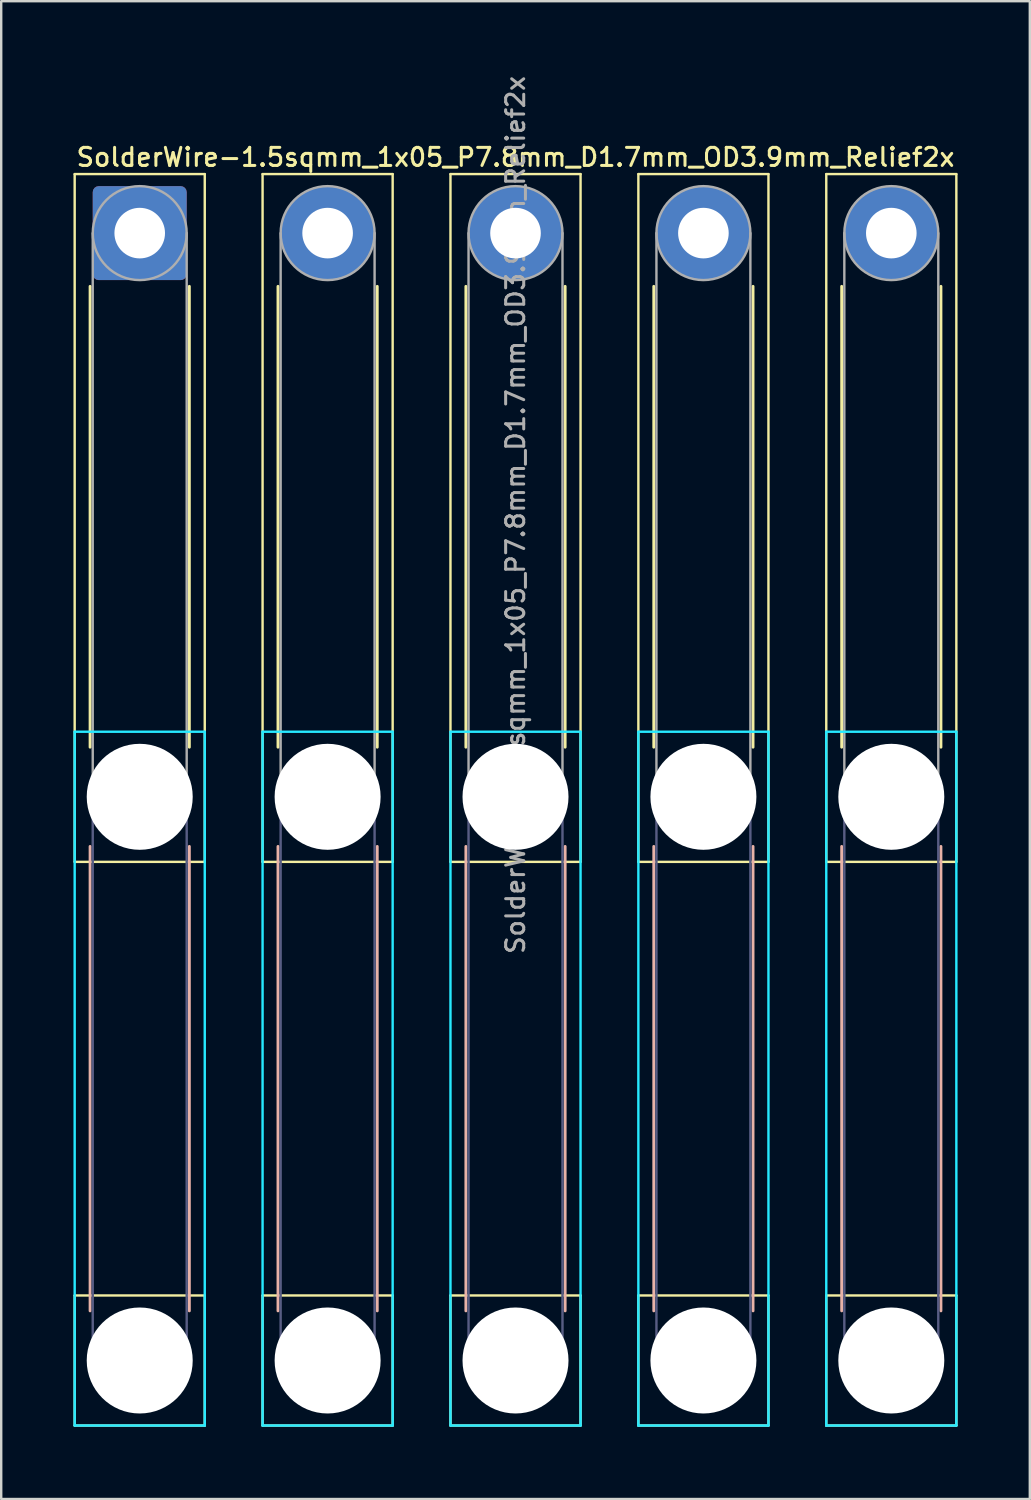
<source format=kicad_pcb>
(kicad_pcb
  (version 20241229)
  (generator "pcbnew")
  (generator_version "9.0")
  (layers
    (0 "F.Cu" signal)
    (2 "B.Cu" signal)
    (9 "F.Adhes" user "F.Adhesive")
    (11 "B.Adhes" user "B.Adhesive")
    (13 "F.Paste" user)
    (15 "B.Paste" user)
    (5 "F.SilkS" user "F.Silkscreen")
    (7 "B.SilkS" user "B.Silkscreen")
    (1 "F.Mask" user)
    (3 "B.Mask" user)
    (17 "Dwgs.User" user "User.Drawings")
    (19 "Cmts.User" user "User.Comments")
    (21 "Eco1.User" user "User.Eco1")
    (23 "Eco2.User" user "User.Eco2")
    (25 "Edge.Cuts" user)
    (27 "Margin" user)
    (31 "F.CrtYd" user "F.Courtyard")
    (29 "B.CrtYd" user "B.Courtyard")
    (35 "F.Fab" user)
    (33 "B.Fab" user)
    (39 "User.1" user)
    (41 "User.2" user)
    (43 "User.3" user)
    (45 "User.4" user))
  (footprint "SolderWire-1.5sqmm_1x05_P7.8mm_D1.7mm_OD3.9mm_Relief2x"
    (layer "F.Cu")
    (at 2.75 6.627)
    (property "Reference" "SolderWire-1.5sqmm_1x05_P7.8mm_D1.7mm_OD3.9mm_Relief2x" (at 15.6 -3.15 0) (layer "F.SilkS") (effects (font (size 0.75 0.75) (thickness 0.125))))
    (attr exclude_from_pos_files exclude_from_bom)
    (fp_line (start -2.7 -2.45) (end -2.7 26.1) (stroke (width 0.1) (type solid)) (layer "F.SilkS"))
    (fp_line (start -2.7 26.1) (end 2.7 26.1) (stroke (width 0.1) (type solid)) (layer "F.SilkS"))
    (fp_line (start -2.7 44.1) (end -2.7 49.5) (stroke (width 0.1) (type solid)) (layer "F.SilkS"))
    (fp_line (start -2.7 49.5) (end 2.7 49.5) (stroke (width 0.1) (type solid)) (layer "F.SilkS"))
    (fp_line (start -2.06 2.21) (end -2.06 21.34) (stroke (width 0.12) (type solid)) (layer "F.SilkS"))
    (fp_line (start 2.06 2.21) (end 2.06 21.34) (stroke (width 0.12) (type solid)) (layer "F.SilkS"))
    (fp_line (start 2.7 -2.45) (end -2.7 -2.45) (stroke (width 0.1) (type solid)) (layer "F.SilkS"))
    (fp_line (start 2.7 26.1) (end 2.7 -2.45) (stroke (width 0.1) (type solid)) (layer "F.SilkS"))
    (fp_line (start 2.7 44.1) (end -2.7 44.1) (stroke (width 0.1) (type solid)) (layer "F.SilkS"))
    (fp_line (start 2.7 49.5) (end 2.7 44.1) (stroke (width 0.1) (type solid)) (layer "F.SilkS"))
    (fp_line (start 5.1 -2.45) (end 5.1 26.1) (stroke (width 0.1) (type solid)) (layer "F.SilkS"))
    (fp_line (start 5.1 26.1) (end 10.5 26.1) (stroke (width 0.1) (type solid)) (layer "F.SilkS"))
    (fp_line (start 5.1 44.1) (end 5.1 49.5) (stroke (width 0.1) (type solid)) (layer "F.SilkS"))
    (fp_line (start 5.1 49.5) (end 10.5 49.5) (stroke (width 0.1) (type solid)) (layer "F.SilkS"))
    (fp_line (start 5.74 2.21) (end 5.74 21.34) (stroke (width 0.12) (type solid)) (layer "F.SilkS"))
    (fp_line (start 9.86 2.21) (end 9.86 21.34) (stroke (width 0.12) (type solid)) (layer "F.SilkS"))
    (fp_line (start 10.5 -2.45) (end 5.1 -2.45) (stroke (width 0.1) (type solid)) (layer "F.SilkS"))
    (fp_line (start 10.5 26.1) (end 10.5 -2.45) (stroke (width 0.1) (type solid)) (layer "F.SilkS"))
    (fp_line (start 10.5 44.1) (end 5.1 44.1) (stroke (width 0.1) (type solid)) (layer "F.SilkS"))
    (fp_line (start 10.5 49.5) (end 10.5 44.1) (stroke (width 0.1) (type solid)) (layer "F.SilkS"))
    (fp_line (start 12.9 -2.45) (end 12.9 26.1) (stroke (width 0.1) (type solid)) (layer "F.SilkS"))
    (fp_line (start 12.9 26.1) (end 18.3 26.1) (stroke (width 0.1) (type solid)) (layer "F.SilkS"))
    (fp_line (start 12.9 44.1) (end 12.9 49.5) (stroke (width 0.1) (type solid)) (layer "F.SilkS"))
    (fp_line (start 12.9 49.5) (end 18.3 49.5) (stroke (width 0.1) (type solid)) (layer "F.SilkS"))
    (fp_line (start 13.54 2.21) (end 13.54 21.34) (stroke (width 0.12) (type solid)) (layer "F.SilkS"))
    (fp_line (start 17.66 2.21) (end 17.66 21.34) (stroke (width 0.12) (type solid)) (layer "F.SilkS"))
    (fp_line (start 18.3 -2.45) (end 12.9 -2.45) (stroke (width 0.1) (type solid)) (layer "F.SilkS"))
    (fp_line (start 18.3 26.1) (end 18.3 -2.45) (stroke (width 0.1) (type solid)) (layer "F.SilkS"))
    (fp_line (start 18.3 44.1) (end 12.9 44.1) (stroke (width 0.1) (type solid)) (layer "F.SilkS"))
    (fp_line (start 18.3 49.5) (end 18.3 44.1) (stroke (width 0.1) (type solid)) (layer "F.SilkS"))
    (fp_line (start 20.7 -2.45) (end 20.7 26.1) (stroke (width 0.1) (type solid)) (layer "F.SilkS"))
    (fp_line (start 20.7 26.1) (end 26.1 26.1) (stroke (width 0.1) (type solid)) (layer "F.SilkS"))
    (fp_line (start 20.7 44.1) (end 20.7 49.5) (stroke (width 0.1) (type solid)) (layer "F.SilkS"))
    (fp_line (start 20.7 49.5) (end 26.1 49.5) (stroke (width 0.1) (type solid)) (layer "F.SilkS"))
    (fp_line (start 21.34 2.21) (end 21.34 21.34) (stroke (width 0.12) (type solid)) (layer "F.SilkS"))
    (fp_line (start 25.46 2.21) (end 25.46 21.34) (stroke (width 0.12) (type solid)) (layer "F.SilkS"))
    (fp_line (start 26.1 -2.45) (end 20.7 -2.45) (stroke (width 0.1) (type solid)) (layer "F.SilkS"))
    (fp_line (start 26.1 26.1) (end 26.1 -2.45) (stroke (width 0.1) (type solid)) (layer "F.SilkS"))
    (fp_line (start 26.1 44.1) (end 20.7 44.1) (stroke (width 0.1) (type solid)) (layer "F.SilkS"))
    (fp_line (start 26.1 49.5) (end 26.1 44.1) (stroke (width 0.1) (type solid)) (layer "F.SilkS"))
    (fp_line (start 28.5 -2.45) (end 28.5 26.1) (stroke (width 0.1) (type solid)) (layer "F.SilkS"))
    (fp_line (start 28.5 26.1) (end 33.9 26.1) (stroke (width 0.1) (type solid)) (layer "F.SilkS"))
    (fp_line (start 28.5 44.1) (end 28.5 49.5) (stroke (width 0.1) (type solid)) (layer "F.SilkS"))
    (fp_line (start 28.5 49.5) (end 33.9 49.5) (stroke (width 0.1) (type solid)) (layer "F.SilkS"))
    (fp_line (start 29.14 2.21) (end 29.14 21.34) (stroke (width 0.12) (type solid)) (layer "F.SilkS"))
    (fp_line (start 33.26 2.21) (end 33.26 21.34) (stroke (width 0.12) (type solid)) (layer "F.SilkS"))
    (fp_line (start 33.9 -2.45) (end 28.5 -2.45) (stroke (width 0.1) (type solid)) (layer "F.SilkS"))
    (fp_line (start 33.9 26.1) (end 33.9 -2.45) (stroke (width 0.1) (type solid)) (layer "F.SilkS"))
    (fp_line (start 33.9 44.1) (end 28.5 44.1) (stroke (width 0.1) (type solid)) (layer "F.SilkS"))
    (fp_line (start 33.9 49.5) (end 33.9 44.1) (stroke (width 0.1) (type solid)) (layer "F.SilkS"))
    (fp_line (start -2.06 25.46) (end -2.06 44.74) (stroke (width 0.12) (type solid)) (layer "B.SilkS"))
    (fp_line (start 2.06 25.46) (end 2.06 44.74) (stroke (width 0.12) (type solid)) (layer "B.SilkS"))
    (fp_line (start 5.74 25.46) (end 5.74 44.74) (stroke (width 0.12) (type solid)) (layer "B.SilkS"))
    (fp_line (start 9.86 25.46) (end 9.86 44.74) (stroke (width 0.12) (type solid)) (layer "B.SilkS"))
    (fp_line (start 13.54 25.46) (end 13.54 44.74) (stroke (width 0.12) (type solid)) (layer "B.SilkS"))
    (fp_line (start 17.66 25.46) (end 17.66 44.74) (stroke (width 0.12) (type solid)) (layer "B.SilkS"))
    (fp_line (start 21.34 25.46) (end 21.34 44.74) (stroke (width 0.12) (type solid)) (layer "B.SilkS"))
    (fp_line (start 25.46 25.46) (end 25.46 44.74) (stroke (width 0.12) (type solid)) (layer "B.SilkS"))
    (fp_line (start 29.14 25.46) (end 29.14 44.74) (stroke (width 0.12) (type solid)) (layer "B.SilkS"))
    (fp_line (start 33.26 25.46) (end 33.26 44.74) (stroke (width 0.12) (type solid)) (layer "B.SilkS"))
    (fp_line (start -2.7 20.7) (end -2.7 49.5) (stroke (width 0.1) (type solid)) (layer "B.CrtYd"))
    (fp_line (start -2.7 49.5) (end 2.7 49.5) (stroke (width 0.1) (type solid)) (layer "B.CrtYd"))
    (fp_line (start 2.7 20.7) (end -2.7 20.7) (stroke (width 0.1) (type solid)) (layer "B.CrtYd"))
    (fp_line (start 2.7 49.5) (end 2.7 20.7) (stroke (width 0.1) (type solid)) (layer "B.CrtYd"))
    (fp_line (start 5.1 20.7) (end 5.1 49.5) (stroke (width 0.1) (type solid)) (layer "B.CrtYd"))
    (fp_line (start 5.1 49.5) (end 10.5 49.5) (stroke (width 0.1) (type solid)) (layer "B.CrtYd"))
    (fp_line (start 10.5 20.7) (end 5.1 20.7) (stroke (width 0.1) (type solid)) (layer "B.CrtYd"))
    (fp_line (start 10.5 49.5) (end 10.5 20.7) (stroke (width 0.1) (type solid)) (layer "B.CrtYd"))
    (fp_line (start 12.9 20.7) (end 12.9 49.5) (stroke (width 0.1) (type solid)) (layer "B.CrtYd"))
    (fp_line (start 12.9 49.5) (end 18.3 49.5) (stroke (width 0.1) (type solid)) (layer "B.CrtYd"))
    (fp_line (start 18.3 20.7) (end 12.9 20.7) (stroke (width 0.1) (type solid)) (layer "B.CrtYd"))
    (fp_line (start 18.3 49.5) (end 18.3 20.7) (stroke (width 0.1) (type solid)) (layer "B.CrtYd"))
    (fp_line (start 20.7 20.7) (end 20.7 49.5) (stroke (width 0.1) (type solid)) (layer "B.CrtYd"))
    (fp_line (start 20.7 49.5) (end 26.1 49.5) (stroke (width 0.1) (type solid)) (layer "B.CrtYd"))
    (fp_line (start 26.1 20.7) (end 20.7 20.7) (stroke (width 0.1) (type solid)) (layer "B.CrtYd"))
    (fp_line (start 26.1 49.5) (end 26.1 20.7) (stroke (width 0.1) (type solid)) (layer "B.CrtYd"))
    (fp_line (start 28.5 20.7) (end 28.5 49.5) (stroke (width 0.1) (type solid)) (layer "B.CrtYd"))
    (fp_line (start 28.5 49.5) (end 33.9 49.5) (stroke (width 0.1) (type solid)) (layer "B.CrtYd"))
    (fp_line (start 33.9 20.7) (end 28.5 20.7) (stroke (width 0.1) (type solid)) (layer "B.CrtYd"))
    (fp_line (start 33.9 49.5) (end 33.9 20.7) (stroke (width 0.1) (type solid)) (layer "B.CrtYd"))
    (fp_line (start -1.95 23.4) (end -1.95 46.8) (stroke (width 0.1) (type solid)) (layer "B.Fab"))
    (fp_line (start 1.95 23.4) (end 1.95 46.8) (stroke (width 0.1) (type solid)) (layer "B.Fab"))
    (fp_line (start 5.85 23.4) (end 5.85 46.8) (stroke (width 0.1) (type solid)) (layer "B.Fab"))
    (fp_line (start 9.75 23.4) (end 9.75 46.8) (stroke (width 0.1) (type solid)) (layer "B.Fab"))
    (fp_line (start 13.65 23.4) (end 13.65 46.8) (stroke (width 0.1) (type solid)) (layer "B.Fab"))
    (fp_line (start 17.55 23.4) (end 17.55 46.8) (stroke (width 0.1) (type solid)) (layer "B.Fab"))
    (fp_line (start 21.45 23.4) (end 21.45 46.8) (stroke (width 0.1) (type solid)) (layer "B.Fab"))
    (fp_line (start 25.35 23.4) (end 25.35 46.8) (stroke (width 0.1) (type solid)) (layer "B.Fab"))
    (fp_line (start 29.25 23.4) (end 29.25 46.8) (stroke (width 0.1) (type solid)) (layer "B.Fab"))
    (fp_line (start 33.15 23.4) (end 33.15 46.8) (stroke (width 0.1) (type solid)) (layer "B.Fab"))
    (fp_circle (center 0 23.4) (end 1.95 23.4) (stroke (width 0.1) (type solid)) (fill no) (layer "B.Fab"))
    (fp_circle (center 0 46.8) (end 1.95 46.8) (stroke (width 0.1) (type solid)) (fill no) (layer "B.Fab"))
    (fp_circle (center 7.8 23.4) (end 9.75 23.4) (stroke (width 0.1) (type solid)) (fill no) (layer "B.Fab"))
    (fp_circle (center 7.8 46.8) (end 9.75 46.8) (stroke (width 0.1) (type solid)) (fill no) (layer "B.Fab"))
    (fp_circle (center 15.6 23.4) (end 17.55 23.4) (stroke (width 0.1) (type solid)) (fill no) (layer "B.Fab"))
    (fp_circle (center 15.6 46.8) (end 17.55 46.8) (stroke (width 0.1) (type solid)) (fill no) (layer "B.Fab"))
    (fp_circle (center 23.4 23.4) (end 25.35 23.4) (stroke (width 0.1) (type solid)) (fill no) (layer "B.Fab"))
    (fp_circle (center 23.4 46.8) (end 25.35 46.8) (stroke (width 0.1) (type solid)) (fill no) (layer "B.Fab"))
    (fp_circle (center 31.2 23.4) (end 33.15 23.4) (stroke (width 0.1) (type solid)) (fill no) (layer "B.Fab"))
    (fp_circle (center 31.2 46.8) (end 33.15 46.8) (stroke (width 0.1) (type solid)) (fill no) (layer "B.Fab"))
    (fp_line (start -1.95 0) (end -1.95 23.4) (stroke (width 0.1) (type solid)) (layer "F.Fab"))
    (fp_line (start 1.95 0) (end 1.95 23.4) (stroke (width 0.1) (type solid)) (layer "F.Fab"))
    (fp_line (start 5.85 0) (end 5.85 23.4) (stroke (width 0.1) (type solid)) (layer "F.Fab"))
    (fp_line (start 9.75 0) (end 9.75 23.4) (stroke (width 0.1) (type solid)) (layer "F.Fab"))
    (fp_line (start 13.65 0) (end 13.65 23.4) (stroke (width 0.1) (type solid)) (layer "F.Fab"))
    (fp_line (start 17.55 0) (end 17.55 23.4) (stroke (width 0.1) (type solid)) (layer "F.Fab"))
    (fp_line (start 21.45 0) (end 21.45 23.4) (stroke (width 0.1) (type solid)) (layer "F.Fab"))
    (fp_line (start 25.35 0) (end 25.35 23.4) (stroke (width 0.1) (type solid)) (layer "F.Fab"))
    (fp_line (start 29.25 0) (end 29.25 23.4) (stroke (width 0.1) (type solid)) (layer "F.Fab"))
    (fp_line (start 33.15 0) (end 33.15 23.4) (stroke (width 0.1) (type solid)) (layer "F.Fab"))
    (fp_circle (center 0 0) (end 1.95 0) (stroke (width 0.1) (type solid)) (fill no) (layer "F.Fab"))
    (fp_circle (center 0 23.4) (end 1.95 23.4) (stroke (width 0.1) (type solid)) (fill no) (layer "F.Fab"))
    (fp_circle (center 0 46.8) (end 1.95 46.8) (stroke (width 0.1) (type solid)) (fill no) (layer "F.Fab"))
    (fp_circle (center 7.8 0) (end 9.75 0) (stroke (width 0.1) (type solid)) (fill no) (layer "F.Fab"))
    (fp_circle (center 7.8 23.4) (end 9.75 23.4) (stroke (width 0.1) (type solid)) (fill no) (layer "F.Fab"))
    (fp_circle (center 7.8 46.8) (end 9.75 46.8) (stroke (width 0.1) (type solid)) (fill no) (layer "F.Fab"))
    (fp_circle (center 15.6 0) (end 17.55 0) (stroke (width 0.1) (type solid)) (fill no) (layer "F.Fab"))
    (fp_circle (center 15.6 23.4) (end 17.55 23.4) (stroke (width 0.1) (type solid)) (fill no) (layer "F.Fab"))
    (fp_circle (center 15.6 46.8) (end 17.55 46.8) (stroke (width 0.1) (type solid)) (fill no) (layer "F.Fab"))
    (fp_circle (center 23.4 0) (end 25.35 0) (stroke (width 0.1) (type solid)) (fill no) (layer "F.Fab"))
    (fp_circle (center 23.4 23.4) (end 25.35 23.4) (stroke (width 0.1) (type solid)) (fill no) (layer "F.Fab"))
    (fp_circle (center 23.4 46.8) (end 25.35 46.8) (stroke (width 0.1) (type solid)) (fill no) (layer "F.Fab"))
    (fp_circle (center 31.2 0) (end 33.15 0) (stroke (width 0.1) (type solid)) (fill no) (layer "F.Fab"))
    (fp_circle (center 31.2 23.4) (end 33.15 23.4) (stroke (width 0.1) (type solid)) (fill no) (layer "F.Fab"))
    (fp_circle (center 31.2 46.8) (end 33.15 46.8) (stroke (width 0.1) (type solid)) (fill no) (layer "F.Fab"))
    (fp_text user "${REFERENCE}" (at 15.6 11.7 90) (layer "F.Fab") (effects (font (size 0.75 0.75) (thickness 0.125))))
    (pad "" np_thru_hole circle (at 0 23.4) (size 4.4 4.4) (drill 4.4) (layers "*.Cu" "*.Mask"))
    (pad "" np_thru_hole circle (at 0 46.8) (size 4.4 4.4) (drill 4.4) (layers "*.Cu" "*.Mask"))
    (pad "" np_thru_hole circle (at 7.8 23.4) (size 4.4 4.4) (drill 4.4) (layers "*.Cu" "*.Mask"))
    (pad "" np_thru_hole circle (at 7.8 46.8) (size 4.4 4.4) (drill 4.4) (layers "*.Cu" "*.Mask"))
    (pad "" np_thru_hole circle (at 15.6 23.4) (size 4.4 4.4) (drill 4.4) (layers "*.Cu" "*.Mask"))
    (pad "" np_thru_hole circle (at 15.6 46.8) (size 4.4 4.4) (drill 4.4) (layers "*.Cu" "*.Mask"))
    (pad "" np_thru_hole circle (at 23.4 23.4) (size 4.4 4.4) (drill 4.4) (layers "*.Cu" "*.Mask"))
    (pad "" np_thru_hole circle (at 23.4 46.8) (size 4.4 4.4) (drill 4.4) (layers "*.Cu" "*.Mask"))
    (pad "" np_thru_hole circle (at 31.2 23.4) (size 4.4 4.4) (drill 4.4) (layers "*.Cu" "*.Mask"))
    (pad "" np_thru_hole circle (at 31.2 46.8) (size 4.4 4.4) (drill 4.4) (layers "*.Cu" "*.Mask"))
    (pad "1" thru_hole roundrect (at 0 0) (size 3.9 3.9) (drill 2.1) (layers "*.Cu" "*.Mask") (roundrect_rratio 0.064))
    (pad "2" thru_hole circle (at 7.8 0) (size 3.9 3.9) (drill 2.1) (layers "*.Cu" "*.Mask"))
    (pad "3" thru_hole circle (at 15.6 0) (size 3.9 3.9) (drill 2.1) (layers "*.Cu" "*.Mask"))
    (pad "4" thru_hole circle (at 23.4 0) (size 3.9 3.9) (drill 2.1) (layers "*.Cu" "*.Mask"))
    (pad "5" thru_hole circle (at 31.2 0) (size 3.9 3.9) (drill 2.1) (layers "*.Cu" "*.Mask")))
  (gr_rect
    (start -3 -3)
    (end 39.7 59.177)
    (stroke (width 0.1) (type default))
    (fill no)
    (layer "Edge.Cuts")))
</source>
